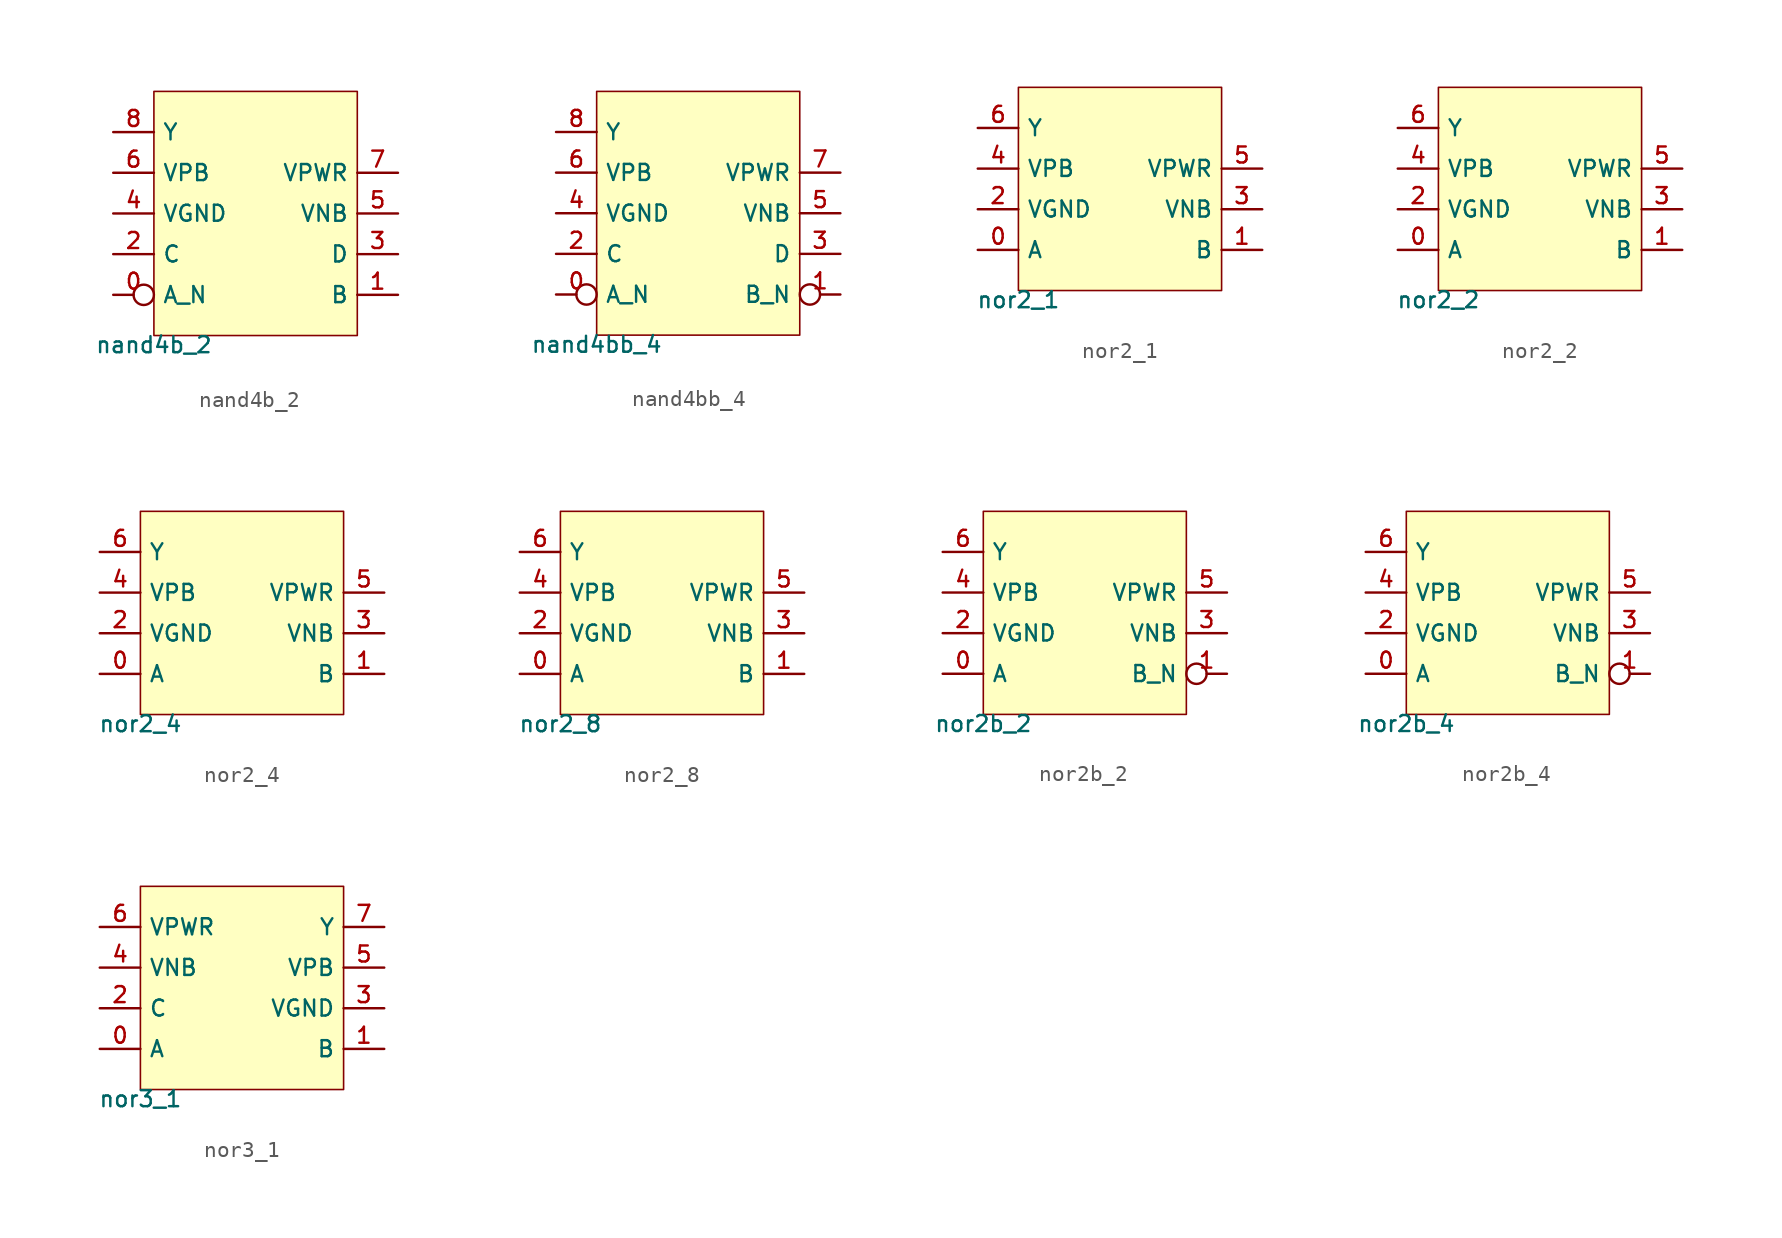
<source format=kicad_sym>
(kicad_symbol_lib
  (version 20211014)
  (generator pdk2kicad)
  (symbol "nand4b_2"
    (property "Reference" "X"
      (at 0 0 0)
      (effects (font (size 1 1)) hide))
    (property "Value" "nand4b_2"
      (at -6.35 -7.62 0)
      (effects (font (size 1 1)) (justify top)))
    (rectangle
      (start -6.35 -7.62)
      (end 6.35 7.62)
      (stroke (width 0.1) (type solid) (color 0 0 0 0))
      (fill (type background)))
    (pin bidirectional inverted
      (at -8.89 -5.08 0)
      (length 2.54)
      (name "A_N" (effects (font (size 1 1)) hide))
      (number "0" (effects (font (size 1 1)) hide)))
    (pin bidirectional line
      (at 8.89 -5.08 180)
      (length 2.54)
      (name "B" (effects (font (size 1 1)) hide))
      (number "1" (effects (font (size 1 1)) hide)))
    (pin bidirectional line
      (at -8.89 -2.54 0)
      (length 2.54)
      (name "C" (effects (font (size 1 1)) hide))
      (number "2" (effects (font (size 1 1)) hide)))
    (pin bidirectional line
      (at 8.89 -2.54 180)
      (length 2.54)
      (name "D" (effects (font (size 1 1)) hide))
      (number "3" (effects (font (size 1 1)) hide)))
    (pin bidirectional line
      (at -8.89 8.881784197001252e-16 0)
      (length 2.54)
      (name "VGND" (effects (font (size 1 1)) hide))
      (number "4" (effects (font (size 1 1)) hide)))
    (pin bidirectional line
      (at 8.89 8.881784197001252e-16 180)
      (length 2.54)
      (name "VNB" (effects (font (size 1 1)) hide))
      (number "5" (effects (font (size 1 1)) hide)))
    (pin bidirectional line
      (at -8.89 2.54 0)
      (length 2.54)
      (name "VPB" (effects (font (size 1 1)) hide))
      (number "6" (effects (font (size 1 1)) hide)))
    (pin bidirectional line
      (at 8.89 2.54 180)
      (length 2.54)
      (name "VPWR" (effects (font (size 1 1)) hide))
      (number "7" (effects (font (size 1 1)) hide)))
    (pin bidirectional line
      (at -8.89 5.08 0)
      (length 2.54)
      (name "Y" (effects (font (size 1 1)) hide))
      (number "8" (effects (font (size 1 1)) hide))))
  (symbol "nand4bb_4"
    (property "Reference" "X"
      (at 0 0 0)
      (effects (font (size 1 1)) hide))
    (property "Value" "nand4bb_4"
      (at -6.35 -7.62 0)
      (effects (font (size 1 1)) (justify top)))
    (rectangle
      (start -6.35 -7.62)
      (end 6.35 7.62)
      (stroke (width 0.1) (type solid) (color 0 0 0 0))
      (fill (type background)))
    (pin bidirectional inverted
      (at -8.89 -5.08 0)
      (length 2.54)
      (name "A_N" (effects (font (size 1 1)) hide))
      (number "0" (effects (font (size 1 1)) hide)))
    (pin bidirectional inverted
      (at 8.89 -5.08 180)
      (length 2.54)
      (name "B_N" (effects (font (size 1 1)) hide))
      (number "1" (effects (font (size 1 1)) hide)))
    (pin bidirectional line
      (at -8.89 -2.54 0)
      (length 2.54)
      (name "C" (effects (font (size 1 1)) hide))
      (number "2" (effects (font (size 1 1)) hide)))
    (pin bidirectional line
      (at 8.89 -2.54 180)
      (length 2.54)
      (name "D" (effects (font (size 1 1)) hide))
      (number "3" (effects (font (size 1 1)) hide)))
    (pin bidirectional line
      (at -8.89 8.881784197001252e-16 0)
      (length 2.54)
      (name "VGND" (effects (font (size 1 1)) hide))
      (number "4" (effects (font (size 1 1)) hide)))
    (pin bidirectional line
      (at 8.89 8.881784197001252e-16 180)
      (length 2.54)
      (name "VNB" (effects (font (size 1 1)) hide))
      (number "5" (effects (font (size 1 1)) hide)))
    (pin bidirectional line
      (at -8.89 2.54 0)
      (length 2.54)
      (name "VPB" (effects (font (size 1 1)) hide))
      (number "6" (effects (font (size 1 1)) hide)))
    (pin bidirectional line
      (at 8.89 2.54 180)
      (length 2.54)
      (name "VPWR" (effects (font (size 1 1)) hide))
      (number "7" (effects (font (size 1 1)) hide)))
    (pin bidirectional line
      (at -8.89 5.08 0)
      (length 2.54)
      (name "Y" (effects (font (size 1 1)) hide))
      (number "8" (effects (font (size 1 1)) hide))))
  (symbol "nor2_1"
    (property "Reference" "X"
      (at 0 0 0)
      (effects (font (size 1 1)) hide))
    (property "Value" "nor2_1"
      (at -6.35 -6.35 0)
      (effects (font (size 1 1)) (justify top)))
    (rectangle
      (start -6.35 -6.35)
      (end 6.35 6.35)
      (stroke (width 0.1) (type solid) (color 0 0 0 0))
      (fill (type background)))
    (pin bidirectional line
      (at -8.89 -3.81 0)
      (length 2.54)
      (name "A" (effects (font (size 1 1)) hide))
      (number "0" (effects (font (size 1 1)) hide)))
    (pin bidirectional line
      (at 8.89 -3.81 180)
      (length 2.54)
      (name "B" (effects (font (size 1 1)) hide))
      (number "1" (effects (font (size 1 1)) hide)))
    (pin bidirectional line
      (at -8.89 -1.27 0)
      (length 2.54)
      (name "VGND" (effects (font (size 1 1)) hide))
      (number "2" (effects (font (size 1 1)) hide)))
    (pin bidirectional line
      (at 8.89 -1.27 180)
      (length 2.54)
      (name "VNB" (effects (font (size 1 1)) hide))
      (number "3" (effects (font (size 1 1)) hide)))
    (pin bidirectional line
      (at -8.89 1.27 0)
      (length 2.54)
      (name "VPB" (effects (font (size 1 1)) hide))
      (number "4" (effects (font (size 1 1)) hide)))
    (pin bidirectional line
      (at 8.89 1.27 180)
      (length 2.54)
      (name "VPWR" (effects (font (size 1 1)) hide))
      (number "5" (effects (font (size 1 1)) hide)))
    (pin bidirectional line
      (at -8.89 3.81 0)
      (length 2.54)
      (name "Y" (effects (font (size 1 1)) hide))
      (number "6" (effects (font (size 1 1)) hide))))
  (symbol "nor2_2"
    (property "Reference" "X"
      (at 0 0 0)
      (effects (font (size 1 1)) hide))
    (property "Value" "nor2_2"
      (at -6.35 -6.35 0)
      (effects (font (size 1 1)) (justify top)))
    (rectangle
      (start -6.35 -6.35)
      (end 6.35 6.35)
      (stroke (width 0.1) (type solid) (color 0 0 0 0))
      (fill (type background)))
    (pin bidirectional line
      (at -8.89 -3.81 0)
      (length 2.54)
      (name "A" (effects (font (size 1 1)) hide))
      (number "0" (effects (font (size 1 1)) hide)))
    (pin bidirectional line
      (at 8.89 -3.81 180)
      (length 2.54)
      (name "B" (effects (font (size 1 1)) hide))
      (number "1" (effects (font (size 1 1)) hide)))
    (pin bidirectional line
      (at -8.89 -1.27 0)
      (length 2.54)
      (name "VGND" (effects (font (size 1 1)) hide))
      (number "2" (effects (font (size 1 1)) hide)))
    (pin bidirectional line
      (at 8.89 -1.27 180)
      (length 2.54)
      (name "VNB" (effects (font (size 1 1)) hide))
      (number "3" (effects (font (size 1 1)) hide)))
    (pin bidirectional line
      (at -8.89 1.27 0)
      (length 2.54)
      (name "VPB" (effects (font (size 1 1)) hide))
      (number "4" (effects (font (size 1 1)) hide)))
    (pin bidirectional line
      (at 8.89 1.27 180)
      (length 2.54)
      (name "VPWR" (effects (font (size 1 1)) hide))
      (number "5" (effects (font (size 1 1)) hide)))
    (pin bidirectional line
      (at -8.89 3.81 0)
      (length 2.54)
      (name "Y" (effects (font (size 1 1)) hide))
      (number "6" (effects (font (size 1 1)) hide))))
  (symbol "nor2_4"
    (property "Reference" "X"
      (at 0 0 0)
      (effects (font (size 1 1)) hide))
    (property "Value" "nor2_4"
      (at -6.35 -6.35 0)
      (effects (font (size 1 1)) (justify top)))
    (rectangle
      (start -6.35 -6.35)
      (end 6.35 6.35)
      (stroke (width 0.1) (type solid) (color 0 0 0 0))
      (fill (type background)))
    (pin bidirectional line
      (at -8.89 -3.81 0)
      (length 2.54)
      (name "A" (effects (font (size 1 1)) hide))
      (number "0" (effects (font (size 1 1)) hide)))
    (pin bidirectional line
      (at 8.89 -3.81 180)
      (length 2.54)
      (name "B" (effects (font (size 1 1)) hide))
      (number "1" (effects (font (size 1 1)) hide)))
    (pin bidirectional line
      (at -8.89 -1.27 0)
      (length 2.54)
      (name "VGND" (effects (font (size 1 1)) hide))
      (number "2" (effects (font (size 1 1)) hide)))
    (pin bidirectional line
      (at 8.89 -1.27 180)
      (length 2.54)
      (name "VNB" (effects (font (size 1 1)) hide))
      (number "3" (effects (font (size 1 1)) hide)))
    (pin bidirectional line
      (at -8.89 1.27 0)
      (length 2.54)
      (name "VPB" (effects (font (size 1 1)) hide))
      (number "4" (effects (font (size 1 1)) hide)))
    (pin bidirectional line
      (at 8.89 1.27 180)
      (length 2.54)
      (name "VPWR" (effects (font (size 1 1)) hide))
      (number "5" (effects (font (size 1 1)) hide)))
    (pin bidirectional line
      (at -8.89 3.81 0)
      (length 2.54)
      (name "Y" (effects (font (size 1 1)) hide))
      (number "6" (effects (font (size 1 1)) hide))))
  (symbol "nor2_8"
    (property "Reference" "X"
      (at 0 0 0)
      (effects (font (size 1 1)) hide))
    (property "Value" "nor2_8"
      (at -6.35 -6.35 0)
      (effects (font (size 1 1)) (justify top)))
    (rectangle
      (start -6.35 -6.35)
      (end 6.35 6.35)
      (stroke (width 0.1) (type solid) (color 0 0 0 0))
      (fill (type background)))
    (pin bidirectional line
      (at -8.89 -3.81 0)
      (length 2.54)
      (name "A" (effects (font (size 1 1)) hide))
      (number "0" (effects (font (size 1 1)) hide)))
    (pin bidirectional line
      (at 8.89 -3.81 180)
      (length 2.54)
      (name "B" (effects (font (size 1 1)) hide))
      (number "1" (effects (font (size 1 1)) hide)))
    (pin bidirectional line
      (at -8.89 -1.27 0)
      (length 2.54)
      (name "VGND" (effects (font (size 1 1)) hide))
      (number "2" (effects (font (size 1 1)) hide)))
    (pin bidirectional line
      (at 8.89 -1.27 180)
      (length 2.54)
      (name "VNB" (effects (font (size 1 1)) hide))
      (number "3" (effects (font (size 1 1)) hide)))
    (pin bidirectional line
      (at -8.89 1.27 0)
      (length 2.54)
      (name "VPB" (effects (font (size 1 1)) hide))
      (number "4" (effects (font (size 1 1)) hide)))
    (pin bidirectional line
      (at 8.89 1.27 180)
      (length 2.54)
      (name "VPWR" (effects (font (size 1 1)) hide))
      (number "5" (effects (font (size 1 1)) hide)))
    (pin bidirectional line
      (at -8.89 3.81 0)
      (length 2.54)
      (name "Y" (effects (font (size 1 1)) hide))
      (number "6" (effects (font (size 1 1)) hide))))
  (symbol "nor2b_2"
    (property "Reference" "X"
      (at 0 0 0)
      (effects (font (size 1 1)) hide))
    (property "Value" "nor2b_2"
      (at -6.35 -6.35 0)
      (effects (font (size 1 1)) (justify top)))
    (rectangle
      (start -6.35 -6.35)
      (end 6.35 6.35)
      (stroke (width 0.1) (type solid) (color 0 0 0 0))
      (fill (type background)))
    (pin bidirectional line
      (at -8.89 -3.81 0)
      (length 2.54)
      (name "A" (effects (font (size 1 1)) hide))
      (number "0" (effects (font (size 1 1)) hide)))
    (pin bidirectional inverted
      (at 8.89 -3.81 180)
      (length 2.54)
      (name "B_N" (effects (font (size 1 1)) hide))
      (number "1" (effects (font (size 1 1)) hide)))
    (pin bidirectional line
      (at -8.89 -1.27 0)
      (length 2.54)
      (name "VGND" (effects (font (size 1 1)) hide))
      (number "2" (effects (font (size 1 1)) hide)))
    (pin bidirectional line
      (at 8.89 -1.27 180)
      (length 2.54)
      (name "VNB" (effects (font (size 1 1)) hide))
      (number "3" (effects (font (size 1 1)) hide)))
    (pin bidirectional line
      (at -8.89 1.27 0)
      (length 2.54)
      (name "VPB" (effects (font (size 1 1)) hide))
      (number "4" (effects (font (size 1 1)) hide)))
    (pin bidirectional line
      (at 8.89 1.27 180)
      (length 2.54)
      (name "VPWR" (effects (font (size 1 1)) hide))
      (number "5" (effects (font (size 1 1)) hide)))
    (pin bidirectional line
      (at -8.89 3.81 0)
      (length 2.54)
      (name "Y" (effects (font (size 1 1)) hide))
      (number "6" (effects (font (size 1 1)) hide))))
  (symbol "nor2b_4"
    (property "Reference" "X"
      (at 0 0 0)
      (effects (font (size 1 1)) hide))
    (property "Value" "nor2b_4"
      (at -6.35 -6.35 0)
      (effects (font (size 1 1)) (justify top)))
    (rectangle
      (start -6.35 -6.35)
      (end 6.35 6.35)
      (stroke (width 0.1) (type solid) (color 0 0 0 0))
      (fill (type background)))
    (pin bidirectional line
      (at -8.89 -3.81 0)
      (length 2.54)
      (name "A" (effects (font (size 1 1)) hide))
      (number "0" (effects (font (size 1 1)) hide)))
    (pin bidirectional inverted
      (at 8.89 -3.81 180)
      (length 2.54)
      (name "B_N" (effects (font (size 1 1)) hide))
      (number "1" (effects (font (size 1 1)) hide)))
    (pin bidirectional line
      (at -8.89 -1.27 0)
      (length 2.54)
      (name "VGND" (effects (font (size 1 1)) hide))
      (number "2" (effects (font (size 1 1)) hide)))
    (pin bidirectional line
      (at 8.89 -1.27 180)
      (length 2.54)
      (name "VNB" (effects (font (size 1 1)) hide))
      (number "3" (effects (font (size 1 1)) hide)))
    (pin bidirectional line
      (at -8.89 1.27 0)
      (length 2.54)
      (name "VPB" (effects (font (size 1 1)) hide))
      (number "4" (effects (font (size 1 1)) hide)))
    (pin bidirectional line
      (at 8.89 1.27 180)
      (length 2.54)
      (name "VPWR" (effects (font (size 1 1)) hide))
      (number "5" (effects (font (size 1 1)) hide)))
    (pin bidirectional line
      (at -8.89 3.81 0)
      (length 2.54)
      (name "Y" (effects (font (size 1 1)) hide))
      (number "6" (effects (font (size 1 1)) hide))))
  (symbol "nor3_1"
    (property "Reference" "X"
      (at 0 0 0)
      (effects (font (size 1 1)) hide))
    (property "Value" "nor3_1"
      (at -6.35 -6.35 0)
      (effects (font (size 1 1)) (justify top)))
    (rectangle
      (start -6.35 -6.35)
      (end 6.35 6.35)
      (stroke (width 0.1) (type solid) (color 0 0 0 0))
      (fill (type background)))
    (pin bidirectional line
      (at -8.89 -3.81 0)
      (length 2.54)
      (name "A" (effects (font (size 1 1)) hide))
      (number "0" (effects (font (size 1 1)) hide)))
    (pin bidirectional line
      (at 8.89 -3.81 180)
      (length 2.54)
      (name "B" (effects (font (size 1 1)) hide))
      (number "1" (effects (font (size 1 1)) hide)))
    (pin bidirectional line
      (at -8.89 -1.27 0)
      (length 2.54)
      (name "C" (effects (font (size 1 1)) hide))
      (number "2" (effects (font (size 1 1)) hide)))
    (pin bidirectional line
      (at 8.89 -1.27 180)
      (length 2.54)
      (name "VGND" (effects (font (size 1 1)) hide))
      (number "3" (effects (font (size 1 1)) hide)))
    (pin bidirectional line
      (at -8.89 1.27 0)
      (length 2.54)
      (name "VNB" (effects (font (size 1 1)) hide))
      (number "4" (effects (font (size 1 1)) hide)))
    (pin bidirectional line
      (at 8.89 1.27 180)
      (length 2.54)
      (name "VPB" (effects (font (size 1 1)) hide))
      (number "5" (effects (font (size 1 1)) hide)))
    (pin bidirectional line
      (at -8.89 3.81 0)
      (length 2.54)
      (name "VPWR" (effects (font (size 1 1)) hide))
      (number "6" (effects (font (size 1 1)) hide)))
    (pin bidirectional line
      (at 8.89 3.81 180)
      (length 2.54)
      (name "Y" (effects (font (size 1 1)) hide))
      (number "7" (effects (font (size 1 1)) hide)))))
</source>
